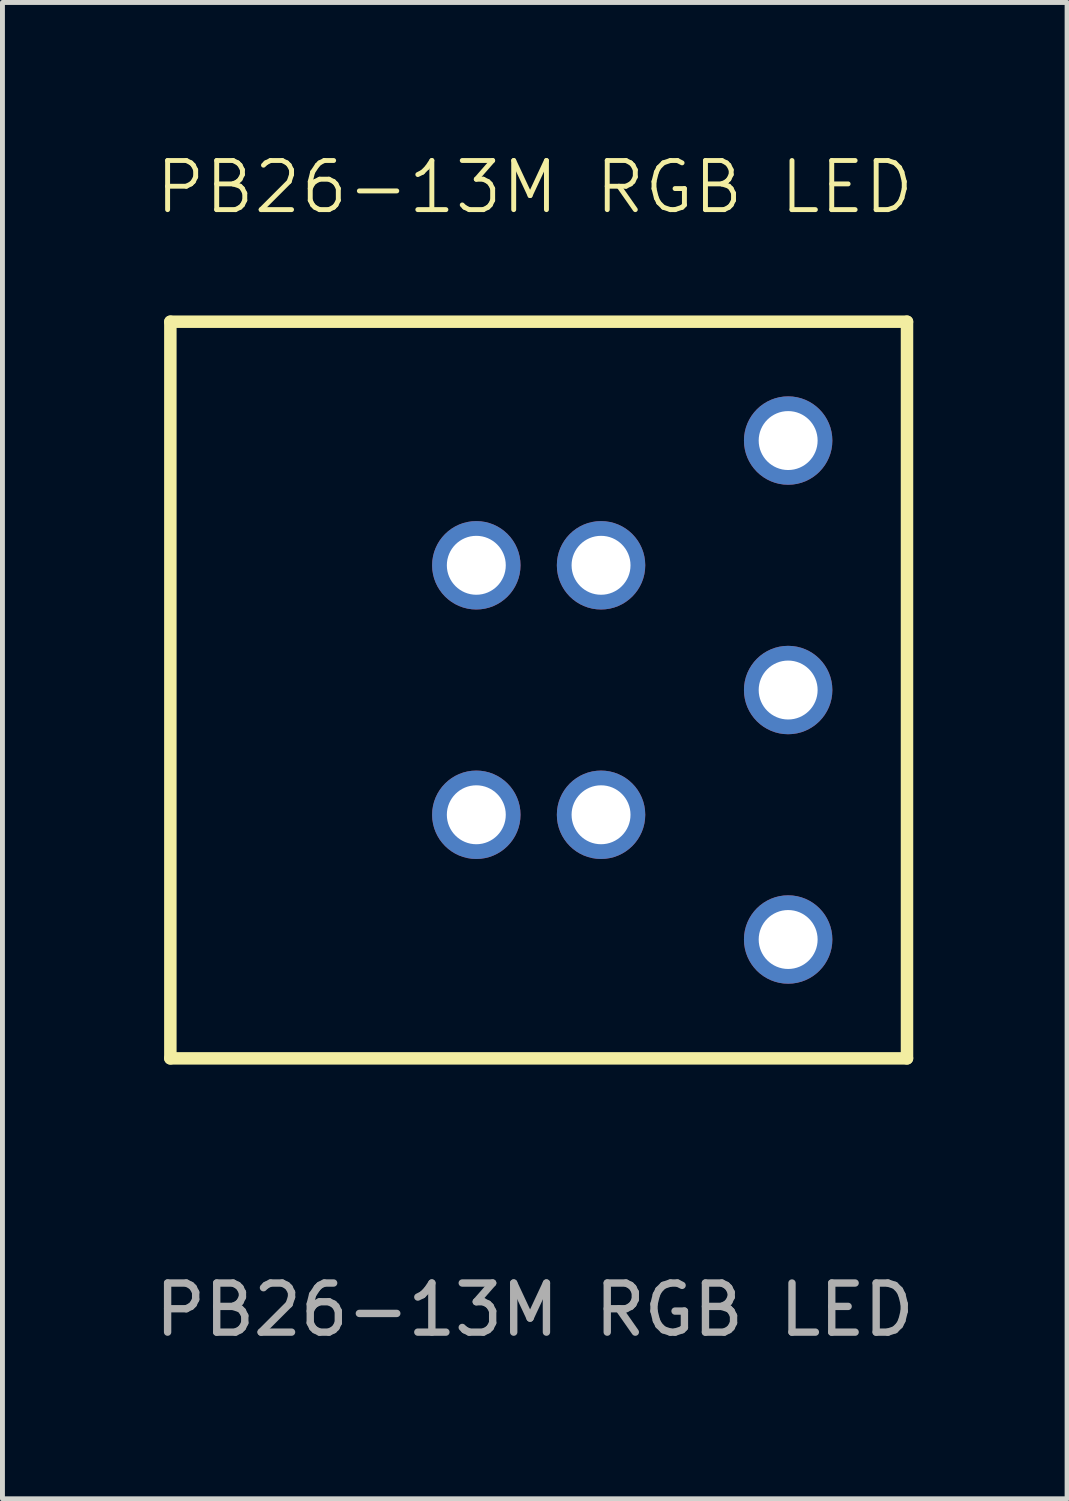
<source format=kicad_pcb>
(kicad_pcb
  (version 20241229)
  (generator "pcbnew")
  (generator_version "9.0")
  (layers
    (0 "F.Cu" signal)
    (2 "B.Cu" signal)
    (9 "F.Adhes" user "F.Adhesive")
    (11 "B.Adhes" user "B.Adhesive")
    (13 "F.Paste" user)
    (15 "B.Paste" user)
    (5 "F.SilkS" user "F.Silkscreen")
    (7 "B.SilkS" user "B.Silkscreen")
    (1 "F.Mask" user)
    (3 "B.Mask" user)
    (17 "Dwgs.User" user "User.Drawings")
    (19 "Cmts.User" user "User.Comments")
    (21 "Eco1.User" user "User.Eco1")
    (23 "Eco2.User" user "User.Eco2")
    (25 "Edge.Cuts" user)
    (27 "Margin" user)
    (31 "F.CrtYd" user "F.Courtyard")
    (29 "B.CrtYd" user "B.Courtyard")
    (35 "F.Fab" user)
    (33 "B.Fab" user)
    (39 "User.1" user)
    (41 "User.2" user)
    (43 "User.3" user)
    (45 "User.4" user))
  (footprint "PB26-13M RGB LED"
    (layer "F.Cu")
    (at 7.839 10.921)
    (property "Reference" "PB26-13M RGB LED" (at 0 -10.16 0) (unlocked yes) (layer "F.SilkS") (effects (font (size 1 1) (thickness 0.1))))
    (attr through_hole)
    (fp_line (start -7.42 -7.42) (end 7.58 -7.42) (stroke (width 0.254) (type solid)) (layer "F.SilkS"))
    (fp_line (start -7.42 7.58) (end -7.42 -7.42) (stroke (width 0.254) (type solid)) (layer "F.SilkS"))
    (fp_line (start -7.42 7.58) (end 7.58 7.58) (stroke (width 0.254) (type solid)) (layer "F.SilkS"))
    (fp_line (start 7.58 7.58) (end 7.58 -7.42) (stroke (width 0.254) (type solid)) (layer "F.SilkS"))
    (fp_line (start -7.62 -7.62) (end 7.78 -7.62) (stroke (width 0.05) (type solid)) (layer "Eco2.User"))
    (fp_line (start -7.62 7.78) (end -7.62 -7.62) (stroke (width 0.05) (type solid)) (layer "Eco2.User"))
    (fp_line (start -7.62 7.78) (end 7.78 7.78) (stroke (width 0.05) (type solid)) (layer "Eco2.User"))
    (fp_line (start 7.78 7.78) (end 7.78 -7.62) (stroke (width 0.05) (type solid)) (layer "Eco2.User"))
    (fp_text user "${REFERENCE}" (at 0 12.7 0) (unlocked yes) (layer "F.Fab") (effects (font (size 1 1) (thickness 0.15))))
    (pad "1" thru_hole circle (at 5.16 5.16) (size 1.8 1.8) (drill 1.2) (layers "*.Cu" "*.Mask"))
    (pad "2" thru_hole circle (at 5.16 0.08) (size 1.8 1.8) (drill 1.2) (layers "*.Cu" "*.Mask"))
    (pad "3" thru_hole circle (at 5.16 -5) (size 1.8 1.8) (drill 1.2) (layers "*.Cu" "*.Mask"))
    (pad "4" thru_hole circle (at 1.35 2.62) (size 1.8 1.8) (drill 1.2) (layers "*.Cu" "*.Mask"))
    (pad "5" thru_hole circle (at 1.35 -2.46) (size 1.8 1.8) (drill 1.2) (layers "*.Cu" "*.Mask"))
    (pad "6" thru_hole circle (at -1.19 -2.46) (size 1.8 1.8) (drill 1.2) (layers "*.Cu" "*.Mask"))
    (pad "7" thru_hole circle (at -1.19 2.62) (size 1.8 1.8) (drill 1.2) (layers "*.Cu" "*.Mask")))
  (gr_rect
    (start -3 -3)
    (end 18.679 27.469)
    (stroke (width 0.1) (type default))
    (fill no)
    (layer "Edge.Cuts")))
</source>
